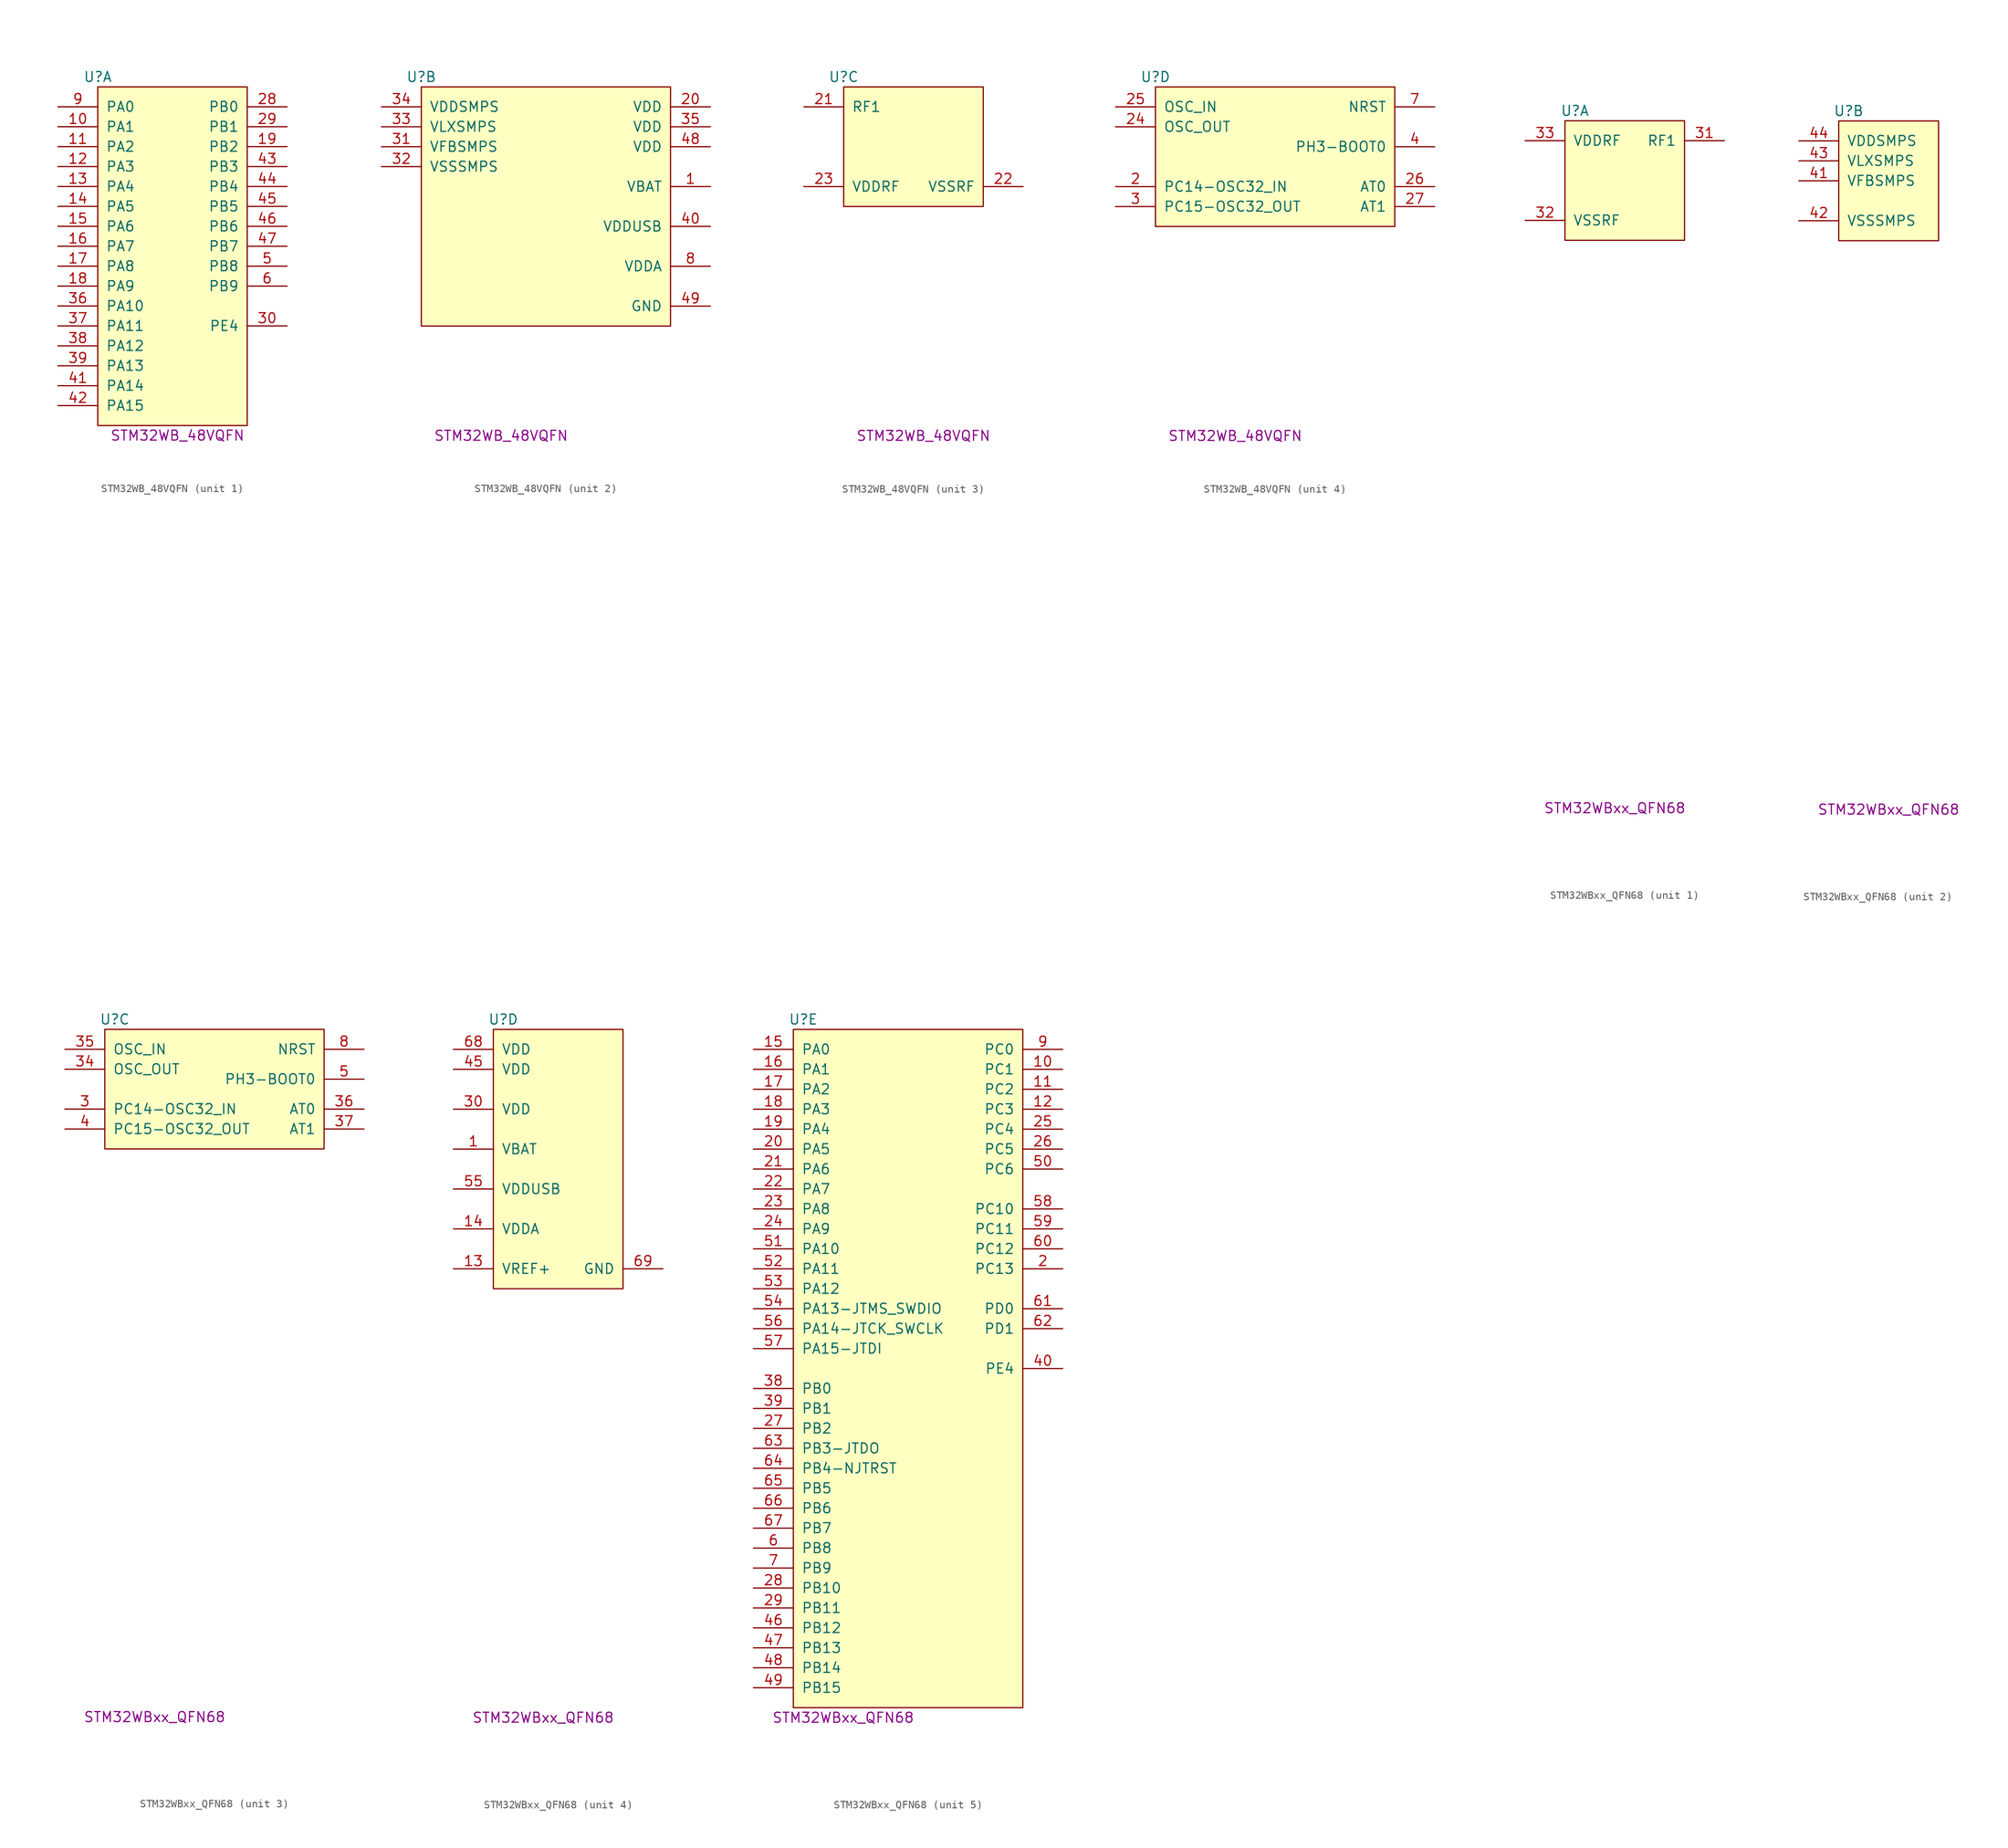
<source format=kicad_sym>
(kicad_symbol_lib
  (version 20220914)
  (generator kicad_symbol_editor)
  (symbol "STM32WB_48VQFN"
    (pin_names
      (offset 1.016))
    (property "Reference" "U"
      (at 0 1.27 0)
      (effects (font (size 1.27 1.27))))
    (property "_Value_" "STM32WB_48VQFN"
      (at 10.16 -44.45 0)
      (effects (font (size 1.27 1.27))))
    (property "ki_locked" ""
      (at 0 0 0)
      (effects (font (size 1.27 1.27))))
    (symbol "STM32WB_48VQFN_1_1"
      (rectangle (start 0 0) (end 19.05 -43.18) (stroke (width 0) (type default)) (fill (type background)))
      (pin bidirectional line (at -5.08 -5.08 0) (length 5.08) (name "PA1" (effects (font (size 1.27 1.27)))) (number "10" (effects (font (size 1.27 1.27)))))
      (pin bidirectional line (at -5.08 -7.62 0) (length 5.08) (name "PA2" (effects (font (size 1.27 1.27)))) (number "11" (effects (font (size 1.27 1.27)))))
      (pin bidirectional line (at -5.08 -10.16 0) (length 5.08) (name "PA3" (effects (font (size 1.27 1.27)))) (number "12" (effects (font (size 1.27 1.27)))))
      (pin bidirectional line (at -5.08 -12.7 0) (length 5.08) (name "PA4" (effects (font (size 1.27 1.27)))) (number "13" (effects (font (size 1.27 1.27)))))
      (pin bidirectional line (at -5.08 -15.24 0) (length 5.08) (name "PA5" (effects (font (size 1.27 1.27)))) (number "14" (effects (font (size 1.27 1.27)))))
      (pin bidirectional line (at -5.08 -17.78 0) (length 5.08) (name "PA6" (effects (font (size 1.27 1.27)))) (number "15" (effects (font (size 1.27 1.27)))))
      (pin bidirectional line (at -5.08 -20.32 0) (length 5.08) (name "PA7" (effects (font (size 1.27 1.27)))) (number "16" (effects (font (size 1.27 1.27)))))
      (pin bidirectional line (at -5.08 -22.86 0) (length 5.08) (name "PA8" (effects (font (size 1.27 1.27)))) (number "17" (effects (font (size 1.27 1.27)))))
      (pin bidirectional line (at -5.08 -25.4 0) (length 5.08) (name "PA9" (effects (font (size 1.27 1.27)))) (number "18" (effects (font (size 1.27 1.27)))))
      (pin bidirectional line (at 24.13 -7.62 180) (length 5.08) (name "PB2" (effects (font (size 1.27 1.27)))) (number "19" (effects (font (size 1.27 1.27)))))
      (pin bidirectional line (at 24.13 -2.54 180) (length 5.08) (name "PB0" (effects (font (size 1.27 1.27)))) (number "28" (effects (font (size 1.27 1.27)))))
      (pin bidirectional line (at 24.13 -5.08 180) (length 5.08) (name "PB1" (effects (font (size 1.27 1.27)))) (number "29" (effects (font (size 1.27 1.27)))))
      (pin bidirectional line (at 24.13 -30.48 180) (length 5.08) (name "PE4" (effects (font (size 1.27 1.27)))) (number "30" (effects (font (size 1.27 1.27)))))
      (pin bidirectional line (at -5.08 -27.94 0) (length 5.08) (name "PA10" (effects (font (size 1.27 1.27)))) (number "36" (effects (font (size 1.27 1.27)))))
      (pin bidirectional line (at -5.08 -30.48 0) (length 5.08) (name "PA11" (effects (font (size 1.27 1.27)))) (number "37" (effects (font (size 1.27 1.27)))))
      (pin bidirectional line (at -5.08 -33.02 0) (length 5.08) (name "PA12" (effects (font (size 1.27 1.27)))) (number "38" (effects (font (size 1.27 1.27)))))
      (pin bidirectional line (at -5.08 -35.56 0) (length 5.08) (name "PA13" (effects (font (size 1.27 1.27)))) (number "39" (effects (font (size 1.27 1.27)))))
      (pin bidirectional line (at -5.08 -38.1 0) (length 5.08) (name "PA14" (effects (font (size 1.27 1.27)))) (number "41" (effects (font (size 1.27 1.27)))))
      (pin bidirectional line (at -5.08 -40.64 0) (length 5.08) (name "PA15" (effects (font (size 1.27 1.27)))) (number "42" (effects (font (size 1.27 1.27)))))
      (pin bidirectional line (at 24.13 -10.16 180) (length 5.08) (name "PB3" (effects (font (size 1.27 1.27)))) (number "43" (effects (font (size 1.27 1.27)))))
      (pin bidirectional line (at 24.13 -12.7 180) (length 5.08) (name "PB4" (effects (font (size 1.27 1.27)))) (number "44" (effects (font (size 1.27 1.27)))))
      (pin bidirectional line (at 24.13 -15.24 180) (length 5.08) (name "PB5" (effects (font (size 1.27 1.27)))) (number "45" (effects (font (size 1.27 1.27)))))
      (pin bidirectional line (at 24.13 -17.78 180) (length 5.08) (name "PB6" (effects (font (size 1.27 1.27)))) (number "46" (effects (font (size 1.27 1.27)))))
      (pin bidirectional line (at 24.13 -20.32 180) (length 5.08) (name "PB7" (effects (font (size 1.27 1.27)))) (number "47" (effects (font (size 1.27 1.27)))))
      (pin bidirectional line (at 24.13 -22.86 180) (length 5.08) (name "PB8" (effects (font (size 1.27 1.27)))) (number "5" (effects (font (size 1.27 1.27)))))
      (pin bidirectional line (at 24.13 -25.4 180) (length 5.08) (name "PB9" (effects (font (size 1.27 1.27)))) (number "6" (effects (font (size 1.27 1.27)))))
      (pin bidirectional line (at -5.08 -2.54 0) (length 5.08) (name "PA0" (effects (font (size 1.27 1.27)))) (number "9" (effects (font (size 1.27 1.27))))))
    (symbol "STM32WB_48VQFN_2_1"
      (rectangle (start 0 0) (end 31.75 -30.48) (stroke (width 0) (type default)) (fill (type background)))
      (pin power_in line (at 36.83 -12.7 180) (length 5.08) (name "VBAT" (effects (font (size 1.27 1.27)))) (number "1" (effects (font (size 1.27 1.27)))))
      (pin power_in line (at 36.83 -2.54 180) (length 5.08) (name "VDD" (effects (font (size 1.27 1.27)))) (number "20" (effects (font (size 1.27 1.27)))))
      (pin power_out line (at -5.08 -7.62 0) (length 5.08) (name "VFBSMPS" (effects (font (size 1.27 1.27)))) (number "31" (effects (font (size 1.27 1.27)))))
      (pin power_out line (at -5.08 -10.16 0) (length 5.08) (name "VSSSMPS" (effects (font (size 1.27 1.27)))) (number "32" (effects (font (size 1.27 1.27)))))
      (pin power_out line (at -5.08 -5.08 0) (length 5.08) (name "VLXSMPS" (effects (font (size 1.27 1.27)))) (number "33" (effects (font (size 1.27 1.27)))))
      (pin power_out line (at -5.08 -2.54 0) (length 5.08) (name "VDDSMPS" (effects (font (size 1.27 1.27)))) (number "34" (effects (font (size 1.27 1.27)))))
      (pin power_in line (at 36.83 -5.08 180) (length 5.08) (name "VDD" (effects (font (size 1.27 1.27)))) (number "35" (effects (font (size 1.27 1.27)))))
      (pin output line (at 36.83 -17.78 180) (length 5.08) (name "VDDUSB" (effects (font (size 1.27 1.27)))) (number "40" (effects (font (size 1.27 1.27)))))
      (pin power_in line (at 36.83 -7.62 180) (length 5.08) (name "VDD" (effects (font (size 1.27 1.27)))) (number "48" (effects (font (size 1.27 1.27)))))
      (pin passive line (at 36.83 -27.94 180) (length 5.08) (name "GND" (effects (font (size 1.27 1.27)))) (number "49" (effects (font (size 1.27 1.27)))))
      (pin power_in line (at 36.83 -22.86 180) (length 5.08) (name "VDDA" (effects (font (size 1.27 1.27)))) (number "8" (effects (font (size 1.27 1.27))))))
    (symbol "STM32WB_48VQFN_3_1"
      (rectangle (start 0 0) (end 17.78 -15.24) (stroke (width 0) (type default)) (fill (type background)))
      (pin bidirectional line (at -5.08 -2.54 0) (length 5.08) (name "RF1" (effects (font (size 1.27 1.27)))) (number "21" (effects (font (size 1.27 1.27)))))
      (pin passive line (at 22.86 -12.7 180) (length 5.08) (name "VSSRF" (effects (font (size 1.27 1.27)))) (number "22" (effects (font (size 1.27 1.27)))))
      (pin power_in line (at -5.08 -12.7 0) (length 5.08) (name "VDDRF" (effects (font (size 1.27 1.27)))) (number "23" (effects (font (size 1.27 1.27))))))
    (symbol "STM32WB_48VQFN_4_1"
      (rectangle (start 0 0) (end 30.48 -17.78) (stroke (width 0) (type default)) (fill (type background)))
      (pin bidirectional line (at -5.08 -12.7 0) (length 5.08) (name "PC14-OSC32_IN" (effects (font (size 1.27 1.27)))) (number "2" (effects (font (size 1.27 1.27)))))
      (pin output line (at -5.08 -5.08 0) (length 5.08) (name "OSC_OUT" (effects (font (size 1.27 1.27)))) (number "24" (effects (font (size 1.27 1.27)))))
      (pin input line (at -5.08 -2.54 0) (length 5.08) (name "OSC_IN" (effects (font (size 1.27 1.27)))) (number "25" (effects (font (size 1.27 1.27)))))
      (pin bidirectional line (at 35.56 -12.7 180) (length 5.08) (name "AT0" (effects (font (size 1.27 1.27)))) (number "26" (effects (font (size 1.27 1.27)))))
      (pin bidirectional line (at 35.56 -15.24 180) (length 5.08) (name "AT1" (effects (font (size 1.27 1.27)))) (number "27" (effects (font (size 1.27 1.27)))))
      (pin bidirectional line (at -5.08 -15.24 0) (length 5.08) (name "PC15-OSC32_OUT" (effects (font (size 1.27 1.27)))) (number "3" (effects (font (size 1.27 1.27)))))
      (pin bidirectional line (at 35.56 -7.62 180) (length 5.08) (name "PH3-BOOT0" (effects (font (size 1.27 1.27)))) (number "4" (effects (font (size 1.27 1.27)))))
      (pin input line (at 35.56 -2.54 180) (length 5.08) (name "NRST" (effects (font (size 1.27 1.27)))) (number "7" (effects (font (size 1.27 1.27)))))))
  (symbol "STM32WBxx_QFN68"
    (pin_names
      (offset 1.016))
    (property "Reference" "U"
      (at 1.27 1.27 0)
      (effects (font (size 1.27 1.27))))
    (property "_Value_" "STM32WBxx_QFN68"
      (at 6.35 -87.63 0)
      (effects (font (size 1.27 1.27))))
    (property "ki_locked" ""
      (at 0 0 0)
      (effects (font (size 1.27 1.27))))
    (symbol "STM32WBxx_QFN68_1_1"
      (rectangle (start 0 0) (end 15.24 -15.24) (stroke (width 0) (type default)) (fill (type background)))
      (pin bidirectional line (at 20.32 -2.54 180) (length 5.08) (name "RF1" (effects (font (size 1.27 1.27)))) (number "31" (effects (font (size 1.27 1.27)))))
      (pin passive line (at -5.08 -12.7 0) (length 5.08) (name "VSSRF" (effects (font (size 1.27 1.27)))) (number "32" (effects (font (size 1.27 1.27)))))
      (pin power_in line (at -5.08 -2.54 0) (length 5.08) (name "VDDRF" (effects (font (size 1.27 1.27)))) (number "33" (effects (font (size 1.27 1.27))))))
    (symbol "STM32WBxx_QFN68_2_1"
      (rectangle (start 0 0) (end 12.7 -15.24) (stroke (width 0) (type default)) (fill (type background)))
      (pin power_out line (at -5.08 -7.62 0) (length 5.08) (name "VFBSMPS" (effects (font (size 1.27 1.27)))) (number "41" (effects (font (size 1.27 1.27)))))
      (pin passive line (at -5.08 -12.7 0) (length 5.08) (name "VSSSMPS" (effects (font (size 1.27 1.27)))) (number "42" (effects (font (size 1.27 1.27)))))
      (pin power_out line (at -5.08 -5.08 0) (length 5.08) (name "VLXSMPS" (effects (font (size 1.27 1.27)))) (number "43" (effects (font (size 1.27 1.27)))))
      (pin power_out line (at -5.08 -2.54 0) (length 5.08) (name "VDDSMPS" (effects (font (size 1.27 1.27)))) (number "44" (effects (font (size 1.27 1.27))))))
    (symbol "STM32WBxx_QFN68_3_1"
      (rectangle (start 0 0) (end 27.94 -15.24) (stroke (width 0) (type default)) (fill (type background)))
      (pin bidirectional line (at -5.08 -10.16 0) (length 5.08) (name "PC14-OSC32_IN" (effects (font (size 1.27 1.27)))) (number "3" (effects (font (size 1.27 1.27)))))
      (pin output line (at -5.08 -5.08 0) (length 5.08) (name "OSC_OUT" (effects (font (size 1.27 1.27)))) (number "34" (effects (font (size 1.27 1.27)))))
      (pin input line (at -5.08 -2.54 0) (length 5.08) (name "OSC_IN" (effects (font (size 1.27 1.27)))) (number "35" (effects (font (size 1.27 1.27)))))
      (pin bidirectional line (at 33.02 -10.16 180) (length 5.08) (name "AT0" (effects (font (size 1.27 1.27)))) (number "36" (effects (font (size 1.27 1.27)))))
      (pin bidirectional line (at 33.02 -12.7 180) (length 5.08) (name "AT1" (effects (font (size 1.27 1.27)))) (number "37" (effects (font (size 1.27 1.27)))))
      (pin bidirectional line (at -5.08 -12.7 0) (length 5.08) (name "PC15-OSC32_OUT" (effects (font (size 1.27 1.27)))) (number "4" (effects (font (size 1.27 1.27)))))
      (pin bidirectional line (at 33.02 -6.35 180) (length 5.08) (name "PH3-BOOT0" (effects (font (size 1.27 1.27)))) (number "5" (effects (font (size 1.27 1.27)))))
      (pin input line (at 33.02 -2.54 180) (length 5.08) (name "NRST" (effects (font (size 1.27 1.27)))) (number "8" (effects (font (size 1.27 1.27))))))
    (symbol "STM32WBxx_QFN68_4_1"
      (rectangle (start 0 0) (end 16.51 -33.02) (stroke (width 0) (type default)) (fill (type background)))
      (pin power_in line (at -5.08 -15.24 0) (length 5.08) (name "VBAT" (effects (font (size 1.27 1.27)))) (number "1" (effects (font (size 1.27 1.27)))))
      (pin power_in line (at -5.08 -30.48 0) (length 5.08) (name "VREF+" (effects (font (size 1.27 1.27)))) (number "13" (effects (font (size 1.27 1.27)))))
      (pin power_in line (at -5.08 -25.4 0) (length 5.08) (name "VDDA" (effects (font (size 1.27 1.27)))) (number "14" (effects (font (size 1.27 1.27)))))
      (pin power_in line (at -5.08 -10.16 0) (length 5.08) (name "VDD" (effects (font (size 1.27 1.27)))) (number "30" (effects (font (size 1.27 1.27)))))
      (pin power_in line (at -5.08 -5.08 0) (length 5.08) (name "VDD" (effects (font (size 1.27 1.27)))) (number "45" (effects (font (size 1.27 1.27)))))
      (pin output line (at -5.08 -20.32 0) (length 5.08) (name "VDDUSB" (effects (font (size 1.27 1.27)))) (number "55" (effects (font (size 1.27 1.27)))))
      (pin power_in line (at -5.08 -2.54 0) (length 5.08) (name "VDD" (effects (font (size 1.27 1.27)))) (number "68" (effects (font (size 1.27 1.27)))))
      (pin passive line (at 21.59 -30.48 180) (length 5.08) (name "GND" (effects (font (size 1.27 1.27)))) (number "69" (effects (font (size 1.27 1.27))))))
    (symbol "STM32WBxx_QFN68_5_1"
      (rectangle (start 0 0) (end 29.21 -86.36) (stroke (width 0) (type default)) (fill (type background)))
      (pin bidirectional line (at 34.29 -5.08 180) (length 5.08) (name "PC1" (effects (font (size 1.27 1.27)))) (number "10" (effects (font (size 1.27 1.27)))))
      (pin bidirectional line (at 34.29 -7.62 180) (length 5.08) (name "PC2" (effects (font (size 1.27 1.27)))) (number "11" (effects (font (size 1.27 1.27)))))
      (pin bidirectional line (at 34.29 -10.16 180) (length 5.08) (name "PC3" (effects (font (size 1.27 1.27)))) (number "12" (effects (font (size 1.27 1.27)))))
      (pin bidirectional line (at -5.08 -2.54 0) (length 5.08) (name "PA0" (effects (font (size 1.27 1.27)))) (number "15" (effects (font (size 1.27 1.27)))))
      (pin bidirectional line (at -5.08 -5.08 0) (length 5.08) (name "PA1" (effects (font (size 1.27 1.27)))) (number "16" (effects (font (size 1.27 1.27)))))
      (pin bidirectional line (at -5.08 -7.62 0) (length 5.08) (name "PA2" (effects (font (size 1.27 1.27)))) (number "17" (effects (font (size 1.27 1.27)))))
      (pin bidirectional line (at -5.08 -10.16 0) (length 5.08) (name "PA3" (effects (font (size 1.27 1.27)))) (number "18" (effects (font (size 1.27 1.27)))))
      (pin bidirectional line (at -5.08 -12.7 0) (length 5.08) (name "PA4" (effects (font (size 1.27 1.27)))) (number "19" (effects (font (size 1.27 1.27)))))
      (pin bidirectional line (at 34.29 -30.48 180) (length 5.08) (name "PC13" (effects (font (size 1.27 1.27)))) (number "2" (effects (font (size 1.27 1.27)))))
      (pin bidirectional line (at -5.08 -15.24 0) (length 5.08) (name "PA5" (effects (font (size 1.27 1.27)))) (number "20" (effects (font (size 1.27 1.27)))))
      (pin bidirectional line (at -5.08 -17.78 0) (length 5.08) (name "PA6" (effects (font (size 1.27 1.27)))) (number "21" (effects (font (size 1.27 1.27)))))
      (pin bidirectional line (at -5.08 -20.32 0) (length 5.08) (name "PA7" (effects (font (size 1.27 1.27)))) (number "22" (effects (font (size 1.27 1.27)))))
      (pin bidirectional line (at -5.08 -22.86 0) (length 5.08) (name "PA8" (effects (font (size 1.27 1.27)))) (number "23" (effects (font (size 1.27 1.27)))))
      (pin bidirectional line (at -5.08 -25.4 0) (length 5.08) (name "PA9" (effects (font (size 1.27 1.27)))) (number "24" (effects (font (size 1.27 1.27)))))
      (pin bidirectional line (at 34.29 -12.7 180) (length 5.08) (name "PC4" (effects (font (size 1.27 1.27)))) (number "25" (effects (font (size 1.27 1.27)))))
      (pin bidirectional line (at 34.29 -15.24 180) (length 5.08) (name "PC5" (effects (font (size 1.27 1.27)))) (number "26" (effects (font (size 1.27 1.27)))))
      (pin bidirectional line (at -5.08 -50.8 0) (length 5.08) (name "PB2" (effects (font (size 1.27 1.27)))) (number "27" (effects (font (size 1.27 1.27)))))
      (pin bidirectional line (at -5.08 -71.12 0) (length 5.08) (name "PB10" (effects (font (size 1.27 1.27)))) (number "28" (effects (font (size 1.27 1.27)))))
      (pin bidirectional line (at -5.08 -73.66 0) (length 5.08) (name "PB11" (effects (font (size 1.27 1.27)))) (number "29" (effects (font (size 1.27 1.27)))))
      (pin bidirectional line (at -5.08 -45.72 0) (length 5.08) (name "PB0" (effects (font (size 1.27 1.27)))) (number "38" (effects (font (size 1.27 1.27)))))
      (pin bidirectional line (at -5.08 -48.26 0) (length 5.08) (name "PB1" (effects (font (size 1.27 1.27)))) (number "39" (effects (font (size 1.27 1.27)))))
      (pin bidirectional line (at 34.29 -43.18 180) (length 5.08) (name "PE4" (effects (font (size 1.27 1.27)))) (number "40" (effects (font (size 1.27 1.27)))))
      (pin bidirectional line (at -5.08 -76.2 0) (length 5.08) (name "PB12" (effects (font (size 1.27 1.27)))) (number "46" (effects (font (size 1.27 1.27)))))
      (pin bidirectional line (at -5.08 -78.74 0) (length 5.08) (name "PB13" (effects (font (size 1.27 1.27)))) (number "47" (effects (font (size 1.27 1.27)))))
      (pin bidirectional line (at -5.08 -81.28 0) (length 5.08) (name "PB14" (effects (font (size 1.27 1.27)))) (number "48" (effects (font (size 1.27 1.27)))))
      (pin bidirectional line (at -5.08 -83.82 0) (length 5.08) (name "PB15" (effects (font (size 1.27 1.27)))) (number "49" (effects (font (size 1.27 1.27)))))
      (pin bidirectional line (at 34.29 -17.78 180) (length 5.08) (name "PC6" (effects (font (size 1.27 1.27)))) (number "50" (effects (font (size 1.27 1.27)))))
      (pin bidirectional line (at -5.08 -27.94 0) (length 5.08) (name "PA10" (effects (font (size 1.27 1.27)))) (number "51" (effects (font (size 1.27 1.27)))))
      (pin bidirectional line (at -5.08 -30.48 0) (length 5.08) (name "PA11" (effects (font (size 1.27 1.27)))) (number "52" (effects (font (size 1.27 1.27)))))
      (pin bidirectional line (at -5.08 -33.02 0) (length 5.08) (name "PA12" (effects (font (size 1.27 1.27)))) (number "53" (effects (font (size 1.27 1.27)))))
      (pin bidirectional line (at -5.08 -35.56 0) (length 5.08) (name "PA13-JTMS_SWDIO" (effects (font (size 1.27 1.27)))) (number "54" (effects (font (size 1.27 1.27)))))
      (pin bidirectional line (at -5.08 -38.1 0) (length 5.08) (name "PA14-JTCK_SWCLK" (effects (font (size 1.27 1.27)))) (number "56" (effects (font (size 1.27 1.27)))))
      (pin bidirectional line (at -5.08 -40.64 0) (length 5.08) (name "PA15-JTDI" (effects (font (size 1.27 1.27)))) (number "57" (effects (font (size 1.27 1.27)))))
      (pin bidirectional line (at 34.29 -22.86 180) (length 5.08) (name "PC10" (effects (font (size 1.27 1.27)))) (number "58" (effects (font (size 1.27 1.27)))))
      (pin bidirectional line (at 34.29 -25.4 180) (length 5.08) (name "PC11" (effects (font (size 1.27 1.27)))) (number "59" (effects (font (size 1.27 1.27)))))
      (pin bidirectional line (at -5.08 -66.04 0) (length 5.08) (name "PB8" (effects (font (size 1.27 1.27)))) (number "6" (effects (font (size 1.27 1.27)))))
      (pin bidirectional line (at 34.29 -27.94 180) (length 5.08) (name "PC12" (effects (font (size 1.27 1.27)))) (number "60" (effects (font (size 1.27 1.27)))))
      (pin bidirectional line (at 34.29 -35.56 180) (length 5.08) (name "PD0" (effects (font (size 1.27 1.27)))) (number "61" (effects (font (size 1.27 1.27)))))
      (pin bidirectional line (at 34.29 -38.1 180) (length 5.08) (name "PD1" (effects (font (size 1.27 1.27)))) (number "62" (effects (font (size 1.27 1.27)))))
      (pin bidirectional line (at -5.08 -53.34 0) (length 5.08) (name "PB3-JTDO" (effects (font (size 1.27 1.27)))) (number "63" (effects (font (size 1.27 1.27)))))
      (pin bidirectional line (at -5.08 -55.88 0) (length 5.08) (name "PB4-NJTRST" (effects (font (size 1.27 1.27)))) (number "64" (effects (font (size 1.27 1.27)))))
      (pin bidirectional line (at -5.08 -58.42 0) (length 5.08) (name "PB5" (effects (font (size 1.27 1.27)))) (number "65" (effects (font (size 1.27 1.27)))))
      (pin bidirectional line (at -5.08 -60.96 0) (length 5.08) (name "PB6" (effects (font (size 1.27 1.27)))) (number "66" (effects (font (size 1.27 1.27)))))
      (pin bidirectional line (at -5.08 -63.5 0) (length 5.08) (name "PB7" (effects (font (size 1.27 1.27)))) (number "67" (effects (font (size 1.27 1.27)))))
      (pin bidirectional line (at -5.08 -68.58 0) (length 5.08) (name "PB9" (effects (font (size 1.27 1.27)))) (number "7" (effects (font (size 1.27 1.27)))))
      (pin bidirectional line (at 34.29 -2.54 180) (length 5.08) (name "PC0" (effects (font (size 1.27 1.27)))) (number "9" (effects (font (size 1.27 1.27))))))))
</source>
